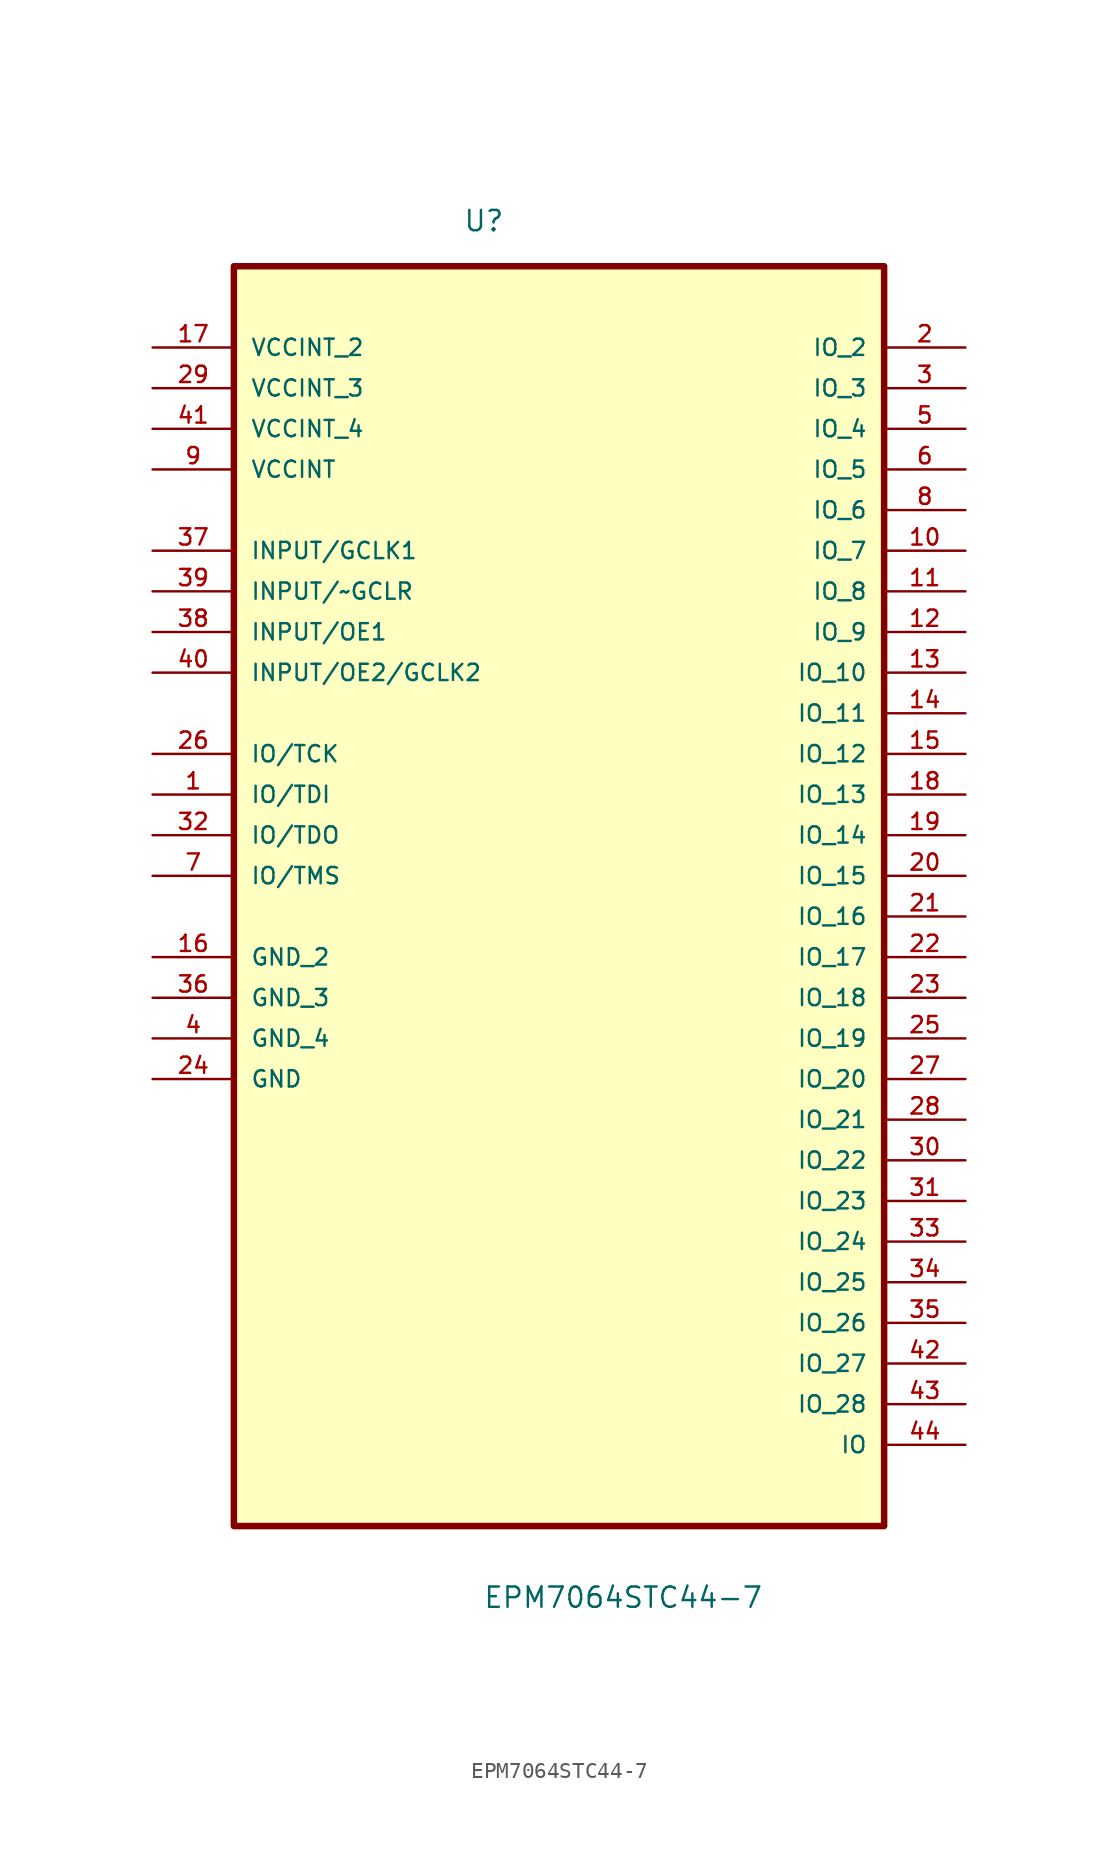
<source format=kicad_sym>
(kicad_symbol_lib
  (version 20211014)
  (generator kicad_symbol_editor)
  (symbol "EPM7064STC44-7"
    (pin_names
      (offset 1.016))
    (property "Reference" "U"
      (at -6.007 37.648 0.0)
      (effects (font (size 1.27 1.27)) (justify bottom left)))
    (property "Value" "EPM7064STC44-7"
      (at -4.767 -48.389 0.0)
      (effects (font (size 1.27 1.27)) (justify bottom left)))
    (symbol "EPM7064STC44-7_0_0"
      (rectangle (start -20.32 -43.18) (end 20.32 35.56) (stroke (width 0.406)) (fill (type background)))
      (pin power_in line (at -25.4 30.48 0) (length 5.08) (name "VCCINT_2" (effects (font (size 1.016 1.016)))) (number "17" (effects (font (size 1.016 1.016)))))
      (pin power_in line (at -25.4 27.94 0) (length 5.08) (name "VCCINT_3" (effects (font (size 1.016 1.016)))) (number "29" (effects (font (size 1.016 1.016)))))
      (pin power_in line (at -25.4 25.4 0) (length 5.08) (name "VCCINT_4" (effects (font (size 1.016 1.016)))) (number "41" (effects (font (size 1.016 1.016)))))
      (pin power_in line (at -25.4 22.86 0) (length 5.08) (name "VCCINT" (effects (font (size 1.016 1.016)))) (number "9" (effects (font (size 1.016 1.016)))))
      (pin input line (at -25.4 17.78 0) (length 5.08) (name "INPUT/GCLK1" (effects (font (size 1.016 1.016)))) (number "37" (effects (font (size 1.016 1.016)))))
      (pin input line (at -25.4 15.24 0) (length 5.08) (name "INPUT/~GCLR" (effects (font (size 1.016 1.016)))) (number "39" (effects (font (size 1.016 1.016)))))
      (pin input line (at -25.4 12.7 0) (length 5.08) (name "INPUT/OE1" (effects (font (size 1.016 1.016)))) (number "38" (effects (font (size 1.016 1.016)))))
      (pin input line (at -25.4 10.16 0) (length 5.08) (name "INPUT/OE2/GCLK2" (effects (font (size 1.016 1.016)))) (number "40" (effects (font (size 1.016 1.016)))))
      (pin bidirectional line (at -25.4 5.08 0) (length 5.08) (name "IO/TCK" (effects (font (size 1.016 1.016)))) (number "26" (effects (font (size 1.016 1.016)))))
      (pin bidirectional line (at -25.4 2.54 0) (length 5.08) (name "IO/TDI" (effects (font (size 1.016 1.016)))) (number "1" (effects (font (size 1.016 1.016)))))
      (pin bidirectional line (at -25.4 0.0 0) (length 5.08) (name "IO/TDO" (effects (font (size 1.016 1.016)))) (number "32" (effects (font (size 1.016 1.016)))))
      (pin bidirectional line (at -25.4 -2.54 0) (length 5.08) (name "IO/TMS" (effects (font (size 1.016 1.016)))) (number "7" (effects (font (size 1.016 1.016)))))
      (pin passive line (at -25.4 -7.62 0) (length 5.08) (name "GND_2" (effects (font (size 1.016 1.016)))) (number "16" (effects (font (size 1.016 1.016)))))
      (pin passive line (at -25.4 -10.16 0) (length 5.08) (name "GND_3" (effects (font (size 1.016 1.016)))) (number "36" (effects (font (size 1.016 1.016)))))
      (pin passive line (at -25.4 -12.7 0) (length 5.08) (name "GND_4" (effects (font (size 1.016 1.016)))) (number "4" (effects (font (size 1.016 1.016)))))
      (pin passive line (at -25.4 -15.24 0) (length 5.08) (name "GND" (effects (font (size 1.016 1.016)))) (number "24" (effects (font (size 1.016 1.016)))))
      (pin bidirectional line (at 25.4 30.48 180.0) (length 5.08) (name "IO_2" (effects (font (size 1.016 1.016)))) (number "2" (effects (font (size 1.016 1.016)))))
      (pin bidirectional line (at 25.4 27.94 180.0) (length 5.08) (name "IO_3" (effects (font (size 1.016 1.016)))) (number "3" (effects (font (size 1.016 1.016)))))
      (pin bidirectional line (at 25.4 25.4 180.0) (length 5.08) (name "IO_4" (effects (font (size 1.016 1.016)))) (number "5" (effects (font (size 1.016 1.016)))))
      (pin bidirectional line (at 25.4 22.86 180.0) (length 5.08) (name "IO_5" (effects (font (size 1.016 1.016)))) (number "6" (effects (font (size 1.016 1.016)))))
      (pin bidirectional line (at 25.4 20.32 180.0) (length 5.08) (name "IO_6" (effects (font (size 1.016 1.016)))) (number "8" (effects (font (size 1.016 1.016)))))
      (pin bidirectional line (at 25.4 17.78 180.0) (length 5.08) (name "IO_7" (effects (font (size 1.016 1.016)))) (number "10" (effects (font (size 1.016 1.016)))))
      (pin bidirectional line (at 25.4 15.24 180.0) (length 5.08) (name "IO_8" (effects (font (size 1.016 1.016)))) (number "11" (effects (font (size 1.016 1.016)))))
      (pin bidirectional line (at 25.4 12.7 180.0) (length 5.08) (name "IO_9" (effects (font (size 1.016 1.016)))) (number "12" (effects (font (size 1.016 1.016)))))
      (pin bidirectional line (at 25.4 10.16 180.0) (length 5.08) (name "IO_10" (effects (font (size 1.016 1.016)))) (number "13" (effects (font (size 1.016 1.016)))))
      (pin bidirectional line (at 25.4 7.62 180.0) (length 5.08) (name "IO_11" (effects (font (size 1.016 1.016)))) (number "14" (effects (font (size 1.016 1.016)))))
      (pin bidirectional line (at 25.4 5.08 180.0) (length 5.08) (name "IO_12" (effects (font (size 1.016 1.016)))) (number "15" (effects (font (size 1.016 1.016)))))
      (pin bidirectional line (at 25.4 2.54 180.0) (length 5.08) (name "IO_13" (effects (font (size 1.016 1.016)))) (number "18" (effects (font (size 1.016 1.016)))))
      (pin bidirectional line (at 25.4 0.0 180.0) (length 5.08) (name "IO_14" (effects (font (size 1.016 1.016)))) (number "19" (effects (font (size 1.016 1.016)))))
      (pin bidirectional line (at 25.4 -2.54 180.0) (length 5.08) (name "IO_15" (effects (font (size 1.016 1.016)))) (number "20" (effects (font (size 1.016 1.016)))))
      (pin bidirectional line (at 25.4 -5.08 180.0) (length 5.08) (name "IO_16" (effects (font (size 1.016 1.016)))) (number "21" (effects (font (size 1.016 1.016)))))
      (pin bidirectional line (at 25.4 -7.62 180.0) (length 5.08) (name "IO_17" (effects (font (size 1.016 1.016)))) (number "22" (effects (font (size 1.016 1.016)))))
      (pin bidirectional line (at 25.4 -10.16 180.0) (length 5.08) (name "IO_18" (effects (font (size 1.016 1.016)))) (number "23" (effects (font (size 1.016 1.016)))))
      (pin bidirectional line (at 25.4 -12.7 180.0) (length 5.08) (name "IO_19" (effects (font (size 1.016 1.016)))) (number "25" (effects (font (size 1.016 1.016)))))
      (pin bidirectional line (at 25.4 -15.24 180.0) (length 5.08) (name "IO_20" (effects (font (size 1.016 1.016)))) (number "27" (effects (font (size 1.016 1.016)))))
      (pin bidirectional line (at 25.4 -17.78 180.0) (length 5.08) (name "IO_21" (effects (font (size 1.016 1.016)))) (number "28" (effects (font (size 1.016 1.016)))))
      (pin bidirectional line (at 25.4 -20.32 180.0) (length 5.08) (name "IO_22" (effects (font (size 1.016 1.016)))) (number "30" (effects (font (size 1.016 1.016)))))
      (pin bidirectional line (at 25.4 -22.86 180.0) (length 5.08) (name "IO_23" (effects (font (size 1.016 1.016)))) (number "31" (effects (font (size 1.016 1.016)))))
      (pin bidirectional line (at 25.4 -25.4 180.0) (length 5.08) (name "IO_24" (effects (font (size 1.016 1.016)))) (number "33" (effects (font (size 1.016 1.016)))))
      (pin bidirectional line (at 25.4 -27.94 180.0) (length 5.08) (name "IO_25" (effects (font (size 1.016 1.016)))) (number "34" (effects (font (size 1.016 1.016)))))
      (pin bidirectional line (at 25.4 -30.48 180.0) (length 5.08) (name "IO_26" (effects (font (size 1.016 1.016)))) (number "35" (effects (font (size 1.016 1.016)))))
      (pin bidirectional line (at 25.4 -33.02 180.0) (length 5.08) (name "IO_27" (effects (font (size 1.016 1.016)))) (number "42" (effects (font (size 1.016 1.016)))))
      (pin bidirectional line (at 25.4 -35.56 180.0) (length 5.08) (name "IO_28" (effects (font (size 1.016 1.016)))) (number "43" (effects (font (size 1.016 1.016)))))
      (pin bidirectional line (at 25.4 -38.1 180.0) (length 5.08) (name "IO" (effects (font (size 1.016 1.016)))) (number "44" (effects (font (size 1.016 1.016))))))))
</source>
